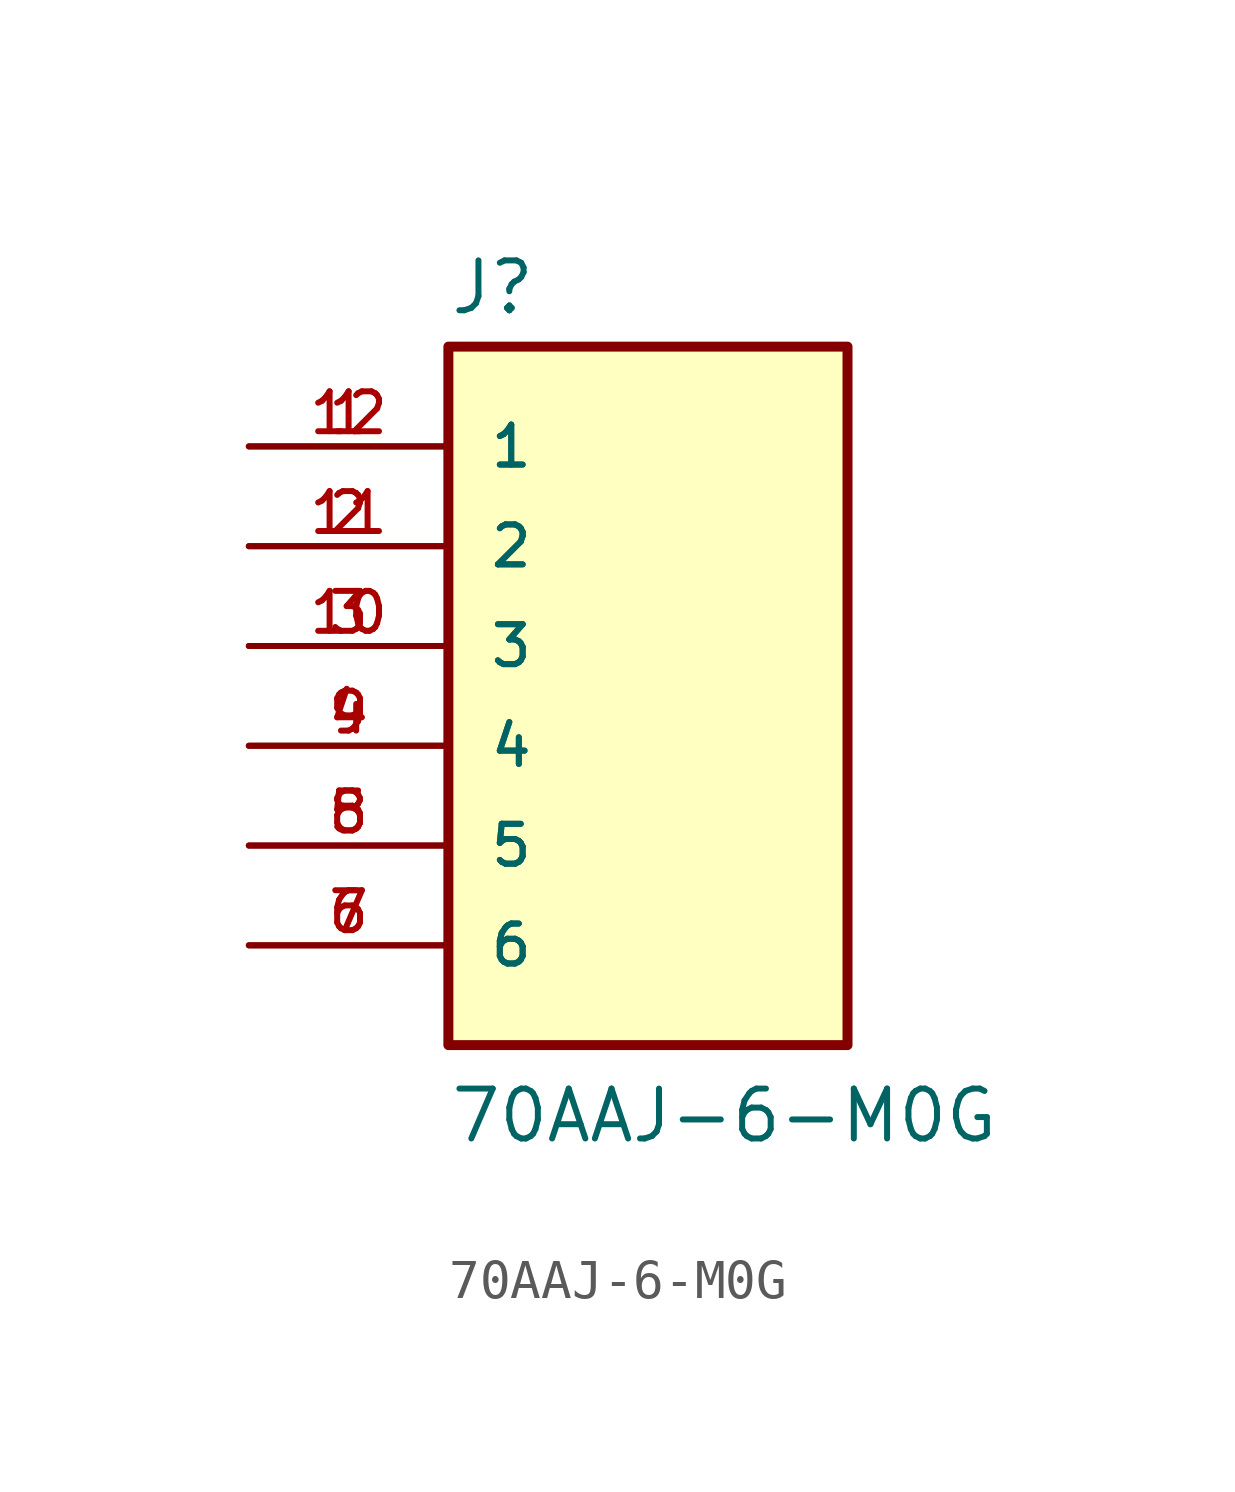
<source format=kicad_sym>
(kicad_symbol_lib
  (version 20211014)
  (generator kicad_symbol_editor)
  (symbol "70AAJ-6-M0G"
    (pin_names
      (offset 1.016))
    (property "Reference" "J"
      (at -5.08 8.382 0)
      (effects (font (size 1.27 1.27)) (justify bottom left)))
    (property "Value" "70AAJ-6-M0G"
      (at -5.08 -12.7 0)
      (effects (font (size 1.27 1.27)) (justify bottom left)))
    (symbol "70AAJ-6-M0G_0_0"
      (rectangle (start -5.08 -10.16) (end 5.08 7.62) (stroke (width 0.254)) (fill (type background)))
      (pin passive line (at -10.16 5.08 0) (length 5.08) (name "1" (effects (font (size 1.016 1.016)))) (number "1" (effects (font (size 1.016 1.016)))))
      (pin passive line (at -10.16 5.08 0) (length 5.08) (name "1" (effects (font (size 1.016 1.016)))) (number "12" (effects (font (size 1.016 1.016)))))
      (pin passive line (at -10.16 2.54 0) (length 5.08) (name "2" (effects (font (size 1.016 1.016)))) (number "2" (effects (font (size 1.016 1.016)))))
      (pin passive line (at -10.16 2.54 0) (length 5.08) (name "2" (effects (font (size 1.016 1.016)))) (number "11" (effects (font (size 1.016 1.016)))))
      (pin passive line (at -10.16 0.0 0) (length 5.08) (name "3" (effects (font (size 1.016 1.016)))) (number "3" (effects (font (size 1.016 1.016)))))
      (pin passive line (at -10.16 0.0 0) (length 5.08) (name "3" (effects (font (size 1.016 1.016)))) (number "10" (effects (font (size 1.016 1.016)))))
      (pin passive line (at -10.16 -2.54 0) (length 5.08) (name "4" (effects (font (size 1.016 1.016)))) (number "4" (effects (font (size 1.016 1.016)))))
      (pin passive line (at -10.16 -2.54 0) (length 5.08) (name "4" (effects (font (size 1.016 1.016)))) (number "9" (effects (font (size 1.016 1.016)))))
      (pin passive line (at -10.16 -5.08 0) (length 5.08) (name "5" (effects (font (size 1.016 1.016)))) (number "5" (effects (font (size 1.016 1.016)))))
      (pin passive line (at -10.16 -5.08 0) (length 5.08) (name "5" (effects (font (size 1.016 1.016)))) (number "8" (effects (font (size 1.016 1.016)))))
      (pin passive line (at -10.16 -7.62 0) (length 5.08) (name "6" (effects (font (size 1.016 1.016)))) (number "6" (effects (font (size 1.016 1.016)))))
      (pin passive line (at -10.16 -7.62 0) (length 5.08) (name "6" (effects (font (size 1.016 1.016)))) (number "7" (effects (font (size 1.016 1.016))))))))
</source>
